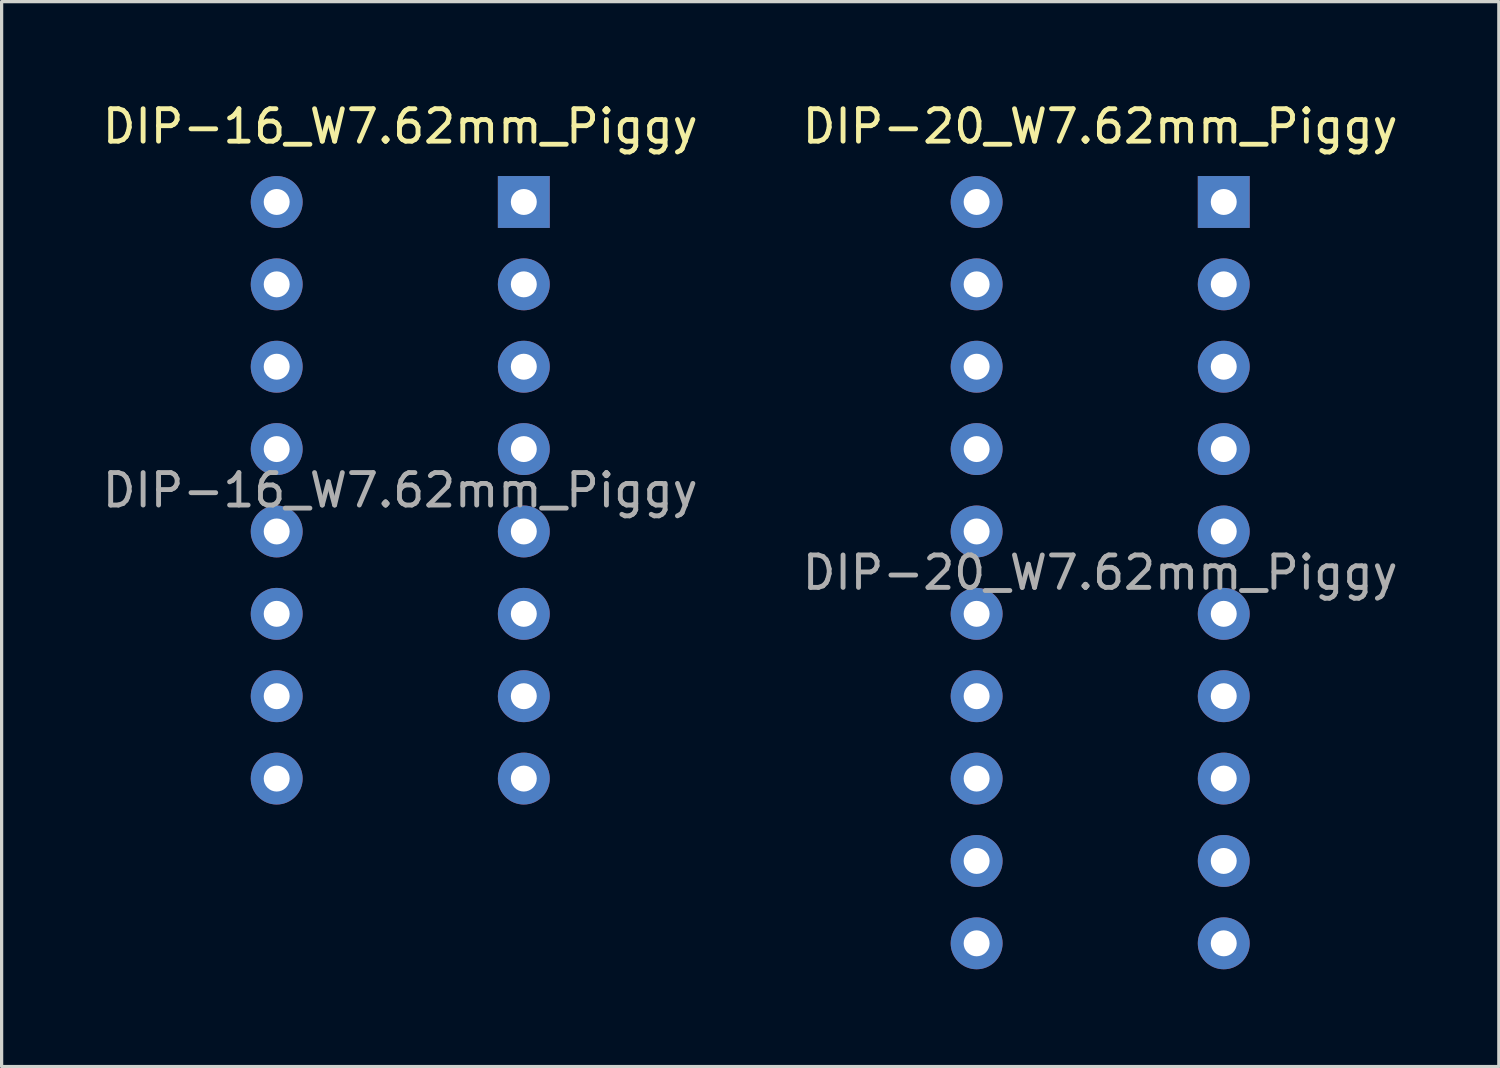
<source format=kicad_pcb>
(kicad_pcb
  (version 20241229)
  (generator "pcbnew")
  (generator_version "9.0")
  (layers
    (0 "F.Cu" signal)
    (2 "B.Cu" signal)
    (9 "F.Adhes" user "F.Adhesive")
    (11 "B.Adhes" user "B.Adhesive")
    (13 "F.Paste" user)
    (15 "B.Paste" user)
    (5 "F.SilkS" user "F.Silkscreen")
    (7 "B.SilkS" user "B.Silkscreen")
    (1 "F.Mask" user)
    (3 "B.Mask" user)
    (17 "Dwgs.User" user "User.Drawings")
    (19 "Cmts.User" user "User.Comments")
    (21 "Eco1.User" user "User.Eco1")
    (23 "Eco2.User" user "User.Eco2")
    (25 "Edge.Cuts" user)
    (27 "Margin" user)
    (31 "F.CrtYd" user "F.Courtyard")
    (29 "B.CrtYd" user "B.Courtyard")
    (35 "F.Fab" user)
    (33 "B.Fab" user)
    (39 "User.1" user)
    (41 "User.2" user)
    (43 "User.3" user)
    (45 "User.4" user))
  (footprint "DIP-16_W7.62mm_Piggy"
    (layer "F.Cu")
    (at 5.482 3.178)
    (property "Reference" "DIP-16_W7.62mm_Piggy" (at 3.81 -2.33 0) (layer "F.SilkS") (effects (font (size 1 1) (thickness 0.15))))
    (attr through_hole)
    (fp_text user "${REFERENCE}" (at 3.81 8.89 0) (layer "F.Fab") (effects (font (size 1 1) (thickness 0.15))))
    (pad "1" thru_hole rect (at 7.62 0) (size 1.6 1.6) (drill 0.8) (layers "*.Cu" "*.Mask"))
    (pad "2" thru_hole oval (at 7.62 2.54) (size 1.6 1.6) (drill 0.8) (layers "*.Cu" "*.Mask"))
    (pad "3" thru_hole oval (at 7.62 5.08) (size 1.6 1.6) (drill 0.8) (layers "*.Cu" "*.Mask"))
    (pad "4" thru_hole oval (at 7.62 7.62) (size 1.6 1.6) (drill 0.8) (layers "*.Cu" "*.Mask"))
    (pad "5" thru_hole oval (at 7.62 10.16) (size 1.6 1.6) (drill 0.8) (layers "*.Cu" "*.Mask"))
    (pad "6" thru_hole oval (at 7.62 12.7) (size 1.6 1.6) (drill 0.8) (layers "*.Cu" "*.Mask"))
    (pad "7" thru_hole oval (at 7.62 15.24) (size 1.6 1.6) (drill 0.8) (layers "*.Cu" "*.Mask"))
    (pad "8" thru_hole oval (at 7.62 17.78) (size 1.6 1.6) (drill 0.8) (layers "*.Cu" "*.Mask"))
    (pad "9" thru_hole oval (at 0 17.78) (size 1.6 1.6) (drill 0.8) (layers "*.Cu" "*.Mask"))
    (pad "10" thru_hole oval (at 0 15.24) (size 1.6 1.6) (drill 0.8) (layers "*.Cu" "*.Mask"))
    (pad "11" thru_hole oval (at 0 12.7) (size 1.6 1.6) (drill 0.8) (layers "*.Cu" "*.Mask"))
    (pad "12" thru_hole oval (at 0 10.16) (size 1.6 1.6) (drill 0.8) (layers "*.Cu" "*.Mask"))
    (pad "13" thru_hole oval (at 0 7.62) (size 1.6 1.6) (drill 0.8) (layers "*.Cu" "*.Mask"))
    (pad "14" thru_hole oval (at 0 5.08) (size 1.6 1.6) (drill 0.8) (layers "*.Cu" "*.Mask"))
    (pad "15" thru_hole oval (at 0 2.54) (size 1.6 1.6) (drill 0.8) (layers "*.Cu" "*.Mask"))
    (pad "16" thru_hole oval (at 0 0) (size 1.6 1.6) (drill 0.8) (layers "*.Cu" "*.Mask")))
  (footprint "DIP-20_W7.62mm_Piggy"
    (layer "F.Cu")
    (at 27.065 3.178)
    (property "Reference" "DIP-20_W7.62mm_Piggy" (at 3.81 -2.33 0) (layer "F.SilkS") (effects (font (size 1 1) (thickness 0.15))))
    (attr through_hole)
    (fp_text user "${REFERENCE}" (at 3.81 11.43 0) (layer "F.Fab") (effects (font (size 1 1) (thickness 0.15))))
    (pad "1" thru_hole rect (at 7.62 0) (size 1.6 1.6) (drill 0.8) (layers "*.Cu" "*.Mask"))
    (pad "2" thru_hole oval (at 7.62 2.54) (size 1.6 1.6) (drill 0.8) (layers "*.Cu" "*.Mask"))
    (pad "3" thru_hole oval (at 7.62 5.08) (size 1.6 1.6) (drill 0.8) (layers "*.Cu" "*.Mask"))
    (pad "4" thru_hole oval (at 7.62 7.62) (size 1.6 1.6) (drill 0.8) (layers "*.Cu" "*.Mask"))
    (pad "5" thru_hole oval (at 7.62 10.16) (size 1.6 1.6) (drill 0.8) (layers "*.Cu" "*.Mask"))
    (pad "6" thru_hole oval (at 7.62 12.7) (size 1.6 1.6) (drill 0.8) (layers "*.Cu" "*.Mask"))
    (pad "7" thru_hole oval (at 7.62 15.24) (size 1.6 1.6) (drill 0.8) (layers "*.Cu" "*.Mask"))
    (pad "8" thru_hole oval (at 7.62 17.78) (size 1.6 1.6) (drill 0.8) (layers "*.Cu" "*.Mask"))
    (pad "9" thru_hole oval (at 7.62 20.32) (size 1.6 1.6) (drill 0.8) (layers "*.Cu" "*.Mask"))
    (pad "10" thru_hole oval (at 7.62 22.86) (size 1.6 1.6) (drill 0.8) (layers "*.Cu" "*.Mask"))
    (pad "11" thru_hole oval (at 0 22.86) (size 1.6 1.6) (drill 0.8) (layers "*.Cu" "*.Mask"))
    (pad "12" thru_hole oval (at 0 20.32) (size 1.6 1.6) (drill 0.8) (layers "*.Cu" "*.Mask"))
    (pad "13" thru_hole oval (at 0 17.78) (size 1.6 1.6) (drill 0.8) (layers "*.Cu" "*.Mask"))
    (pad "14" thru_hole oval (at 0 15.24) (size 1.6 1.6) (drill 0.8) (layers "*.Cu" "*.Mask"))
    (pad "15" thru_hole oval (at 0 12.7) (size 1.6 1.6) (drill 0.8) (layers "*.Cu" "*.Mask"))
    (pad "16" thru_hole oval (at 0 10.16) (size 1.6 1.6) (drill 0.8) (layers "*.Cu" "*.Mask"))
    (pad "17" thru_hole oval (at 0 7.62) (size 1.6 1.6) (drill 0.8) (layers "*.Cu" "*.Mask"))
    (pad "18" thru_hole oval (at 0 5.08) (size 1.6 1.6) (drill 0.8) (layers "*.Cu" "*.Mask"))
    (pad "19" thru_hole oval (at 0 2.54) (size 1.6 1.6) (drill 0.8) (layers "*.Cu" "*.Mask"))
    (pad "20" thru_hole oval (at 0 0) (size 1.6 1.6) (drill 0.8) (layers "*.Cu" "*.Mask")))
  (gr_rect
    (start -3 -3)
    (end 43.167 29.838)
    (stroke (width 0.1) (type default))
    (fill no)
    (layer "Edge.Cuts")))
</source>
